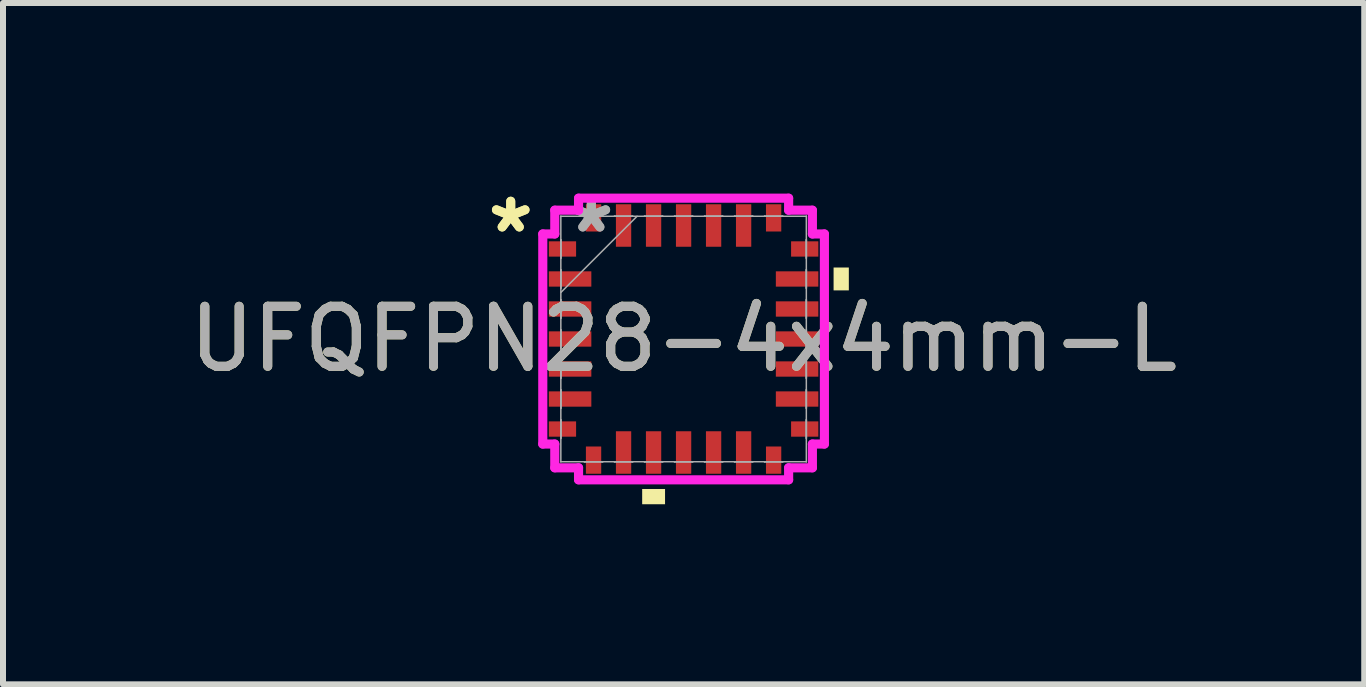
<source format=kicad_pcb>
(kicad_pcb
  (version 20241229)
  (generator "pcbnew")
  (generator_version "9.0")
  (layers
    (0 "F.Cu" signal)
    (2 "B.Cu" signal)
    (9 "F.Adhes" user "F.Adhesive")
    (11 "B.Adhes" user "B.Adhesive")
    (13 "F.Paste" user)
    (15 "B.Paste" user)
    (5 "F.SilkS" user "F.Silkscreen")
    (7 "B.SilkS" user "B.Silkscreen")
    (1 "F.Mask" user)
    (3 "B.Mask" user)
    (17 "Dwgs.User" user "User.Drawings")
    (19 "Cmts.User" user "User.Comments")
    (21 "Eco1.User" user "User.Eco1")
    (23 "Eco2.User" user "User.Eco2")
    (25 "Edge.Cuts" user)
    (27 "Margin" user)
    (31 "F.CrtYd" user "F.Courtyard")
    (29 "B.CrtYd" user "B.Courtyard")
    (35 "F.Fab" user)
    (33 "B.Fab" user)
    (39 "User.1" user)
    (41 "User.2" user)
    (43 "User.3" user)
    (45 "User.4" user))
  (footprint "UFQFPN28-4x4mm-L"
    (layer "F.Cu")
    (at 8.339 2.598)
    (property "Reference" "UFQFPN28-4x4mm-L" (at 0 0 0) (unlocked yes) (layer "F.SilkS") (effects (font (size 1 1) (thickness 0.15))))
    (attr smd)
    (fp_poly (pts (xy -0.69 2.499) (xy -0.69 2.753) (xy -0.309 2.753) (xy -0.309 2.499)) (stroke (width 0) (type solid)) (fill yes) (layer "F.SilkS"))
    (fp_poly (pts (xy 2.753 -1.191) (xy 2.753 -0.81) (xy 2.499 -0.81) (xy 2.499 -1.191)) (stroke (width 0) (type solid)) (fill yes) (layer "F.SilkS"))
    (fp_line (start -2.346 -1.75) (end -2.146 -1.75) (stroke (width 0.152) (type solid)) (layer "F.CrtYd"))
    (fp_line (start -2.346 1.75) (end -2.346 -1.75) (stroke (width 0.152) (type solid)) (layer "F.CrtYd"))
    (fp_line (start -2.146 -2.146) (end -1.75 -2.146) (stroke (width 0.152) (type solid)) (layer "F.CrtYd"))
    (fp_line (start -2.146 -1.75) (end -2.146 -2.146) (stroke (width 0.152) (type solid)) (layer "F.CrtYd"))
    (fp_line (start -2.146 1.75) (end -2.346 1.75) (stroke (width 0.152) (type solid)) (layer "F.CrtYd"))
    (fp_line (start -2.146 2.146) (end -2.146 1.75) (stroke (width 0.152) (type solid)) (layer "F.CrtYd"))
    (fp_line (start -1.75 -2.346) (end 1.75 -2.346) (stroke (width 0.152) (type solid)) (layer "F.CrtYd"))
    (fp_line (start -1.75 -2.146) (end -1.75 -2.346) (stroke (width 0.152) (type solid)) (layer "F.CrtYd"))
    (fp_line (start -1.75 2.146) (end -2.146 2.146) (stroke (width 0.152) (type solid)) (layer "F.CrtYd"))
    (fp_line (start -1.75 2.346) (end -1.75 2.146) (stroke (width 0.152) (type solid)) (layer "F.CrtYd"))
    (fp_line (start 1.75 -2.346) (end 1.75 -2.146) (stroke (width 0.152) (type solid)) (layer "F.CrtYd"))
    (fp_line (start 1.75 -2.146) (end 2.146 -2.146) (stroke (width 0.152) (type solid)) (layer "F.CrtYd"))
    (fp_line (start 1.75 2.146) (end 1.75 2.346) (stroke (width 0.152) (type solid)) (layer "F.CrtYd"))
    (fp_line (start 1.75 2.346) (end -1.75 2.346) (stroke (width 0.152) (type solid)) (layer "F.CrtYd"))
    (fp_line (start 2.146 -2.146) (end 2.146 -1.75) (stroke (width 0.152) (type solid)) (layer "F.CrtYd"))
    (fp_line (start 2.146 -1.75) (end 2.346 -1.75) (stroke (width 0.152) (type solid)) (layer "F.CrtYd"))
    (fp_line (start 2.146 1.75) (end 2.146 2.146) (stroke (width 0.152) (type solid)) (layer "F.CrtYd"))
    (fp_line (start 2.146 2.146) (end 1.75 2.146) (stroke (width 0.152) (type solid)) (layer "F.CrtYd"))
    (fp_line (start 2.346 -1.75) (end 2.346 1.75) (stroke (width 0.152) (type solid)) (layer "F.CrtYd"))
    (fp_line (start 2.346 1.75) (end 2.146 1.75) (stroke (width 0.152) (type solid)) (layer "F.CrtYd"))
    (fp_line (start -2.045 -2.045) (end -2.045 -2.045) (stroke (width 0.025) (type solid)) (layer "F.Fab"))
    (fp_line (start -2.045 -2.045) (end -2.045 2.045) (stroke (width 0.025) (type solid)) (layer "F.Fab"))
    (fp_line (start -2.045 -1.652) (end -2.045 -1.652) (stroke (width 0.025) (type solid)) (layer "F.Fab"))
    (fp_line (start -2.045 -1.652) (end -2.045 -1.348) (stroke (width 0.025) (type solid)) (layer "F.Fab"))
    (fp_line (start -2.045 -1.348) (end -2.045 -1.652) (stroke (width 0.025) (type solid)) (layer "F.Fab"))
    (fp_line (start -2.045 -1.348) (end -2.045 -1.348) (stroke (width 0.025) (type solid)) (layer "F.Fab"))
    (fp_line (start -2.045 -1.152) (end -2.045 -1.152) (stroke (width 0.025) (type solid)) (layer "F.Fab"))
    (fp_line (start -2.045 -1.152) (end -2.045 -0.848) (stroke (width 0.025) (type solid)) (layer "F.Fab"))
    (fp_line (start -2.045 -0.848) (end -2.045 -1.152) (stroke (width 0.025) (type solid)) (layer "F.Fab"))
    (fp_line (start -2.045 -0.848) (end -2.045 -0.848) (stroke (width 0.025) (type solid)) (layer "F.Fab"))
    (fp_line (start -2.045 -0.775) (end -0.775 -2.045) (stroke (width 0.025) (type solid)) (layer "F.Fab"))
    (fp_line (start -2.045 -0.652) (end -2.045 -0.652) (stroke (width 0.025) (type solid)) (layer "F.Fab"))
    (fp_line (start -2.045 -0.652) (end -2.045 -0.348) (stroke (width 0.025) (type solid)) (layer "F.Fab"))
    (fp_line (start -2.045 -0.348) (end -2.045 -0.652) (stroke (width 0.025) (type solid)) (layer "F.Fab"))
    (fp_line (start -2.045 -0.348) (end -2.045 -0.348) (stroke (width 0.025) (type solid)) (layer "F.Fab"))
    (fp_line (start -2.045 -0.152) (end -2.045 -0.152) (stroke (width 0.025) (type solid)) (layer "F.Fab"))
    (fp_line (start -2.045 -0.152) (end -2.045 0.152) (stroke (width 0.025) (type solid)) (layer "F.Fab"))
    (fp_line (start -2.045 0.152) (end -2.045 -0.152) (stroke (width 0.025) (type solid)) (layer "F.Fab"))
    (fp_line (start -2.045 0.152) (end -2.045 0.152) (stroke (width 0.025) (type solid)) (layer "F.Fab"))
    (fp_line (start -2.045 0.348) (end -2.045 0.348) (stroke (width 0.025) (type solid)) (layer "F.Fab"))
    (fp_line (start -2.045 0.348) (end -2.045 0.652) (stroke (width 0.025) (type solid)) (layer "F.Fab"))
    (fp_line (start -2.045 0.652) (end -2.045 0.348) (stroke (width 0.025) (type solid)) (layer "F.Fab"))
    (fp_line (start -2.045 0.652) (end -2.045 0.652) (stroke (width 0.025) (type solid)) (layer "F.Fab"))
    (fp_line (start -2.045 0.848) (end -2.045 0.848) (stroke (width 0.025) (type solid)) (layer "F.Fab"))
    (fp_line (start -2.045 0.848) (end -2.045 1.152) (stroke (width 0.025) (type solid)) (layer "F.Fab"))
    (fp_line (start -2.045 1.152) (end -2.045 0.848) (stroke (width 0.025) (type solid)) (layer "F.Fab"))
    (fp_line (start -2.045 1.152) (end -2.045 1.152) (stroke (width 0.025) (type solid)) (layer "F.Fab"))
    (fp_line (start -2.045 1.348) (end -2.045 1.348) (stroke (width 0.025) (type solid)) (layer "F.Fab"))
    (fp_line (start -2.045 1.348) (end -2.045 1.652) (stroke (width 0.025) (type solid)) (layer "F.Fab"))
    (fp_line (start -2.045 1.652) (end -2.045 1.348) (stroke (width 0.025) (type solid)) (layer "F.Fab"))
    (fp_line (start -2.045 1.652) (end -2.045 1.652) (stroke (width 0.025) (type solid)) (layer "F.Fab"))
    (fp_line (start -2.045 2.045) (end -2.045 2.045) (stroke (width 0.025) (type solid)) (layer "F.Fab"))
    (fp_line (start -2.045 2.045) (end 2.045 2.045) (stroke (width 0.025) (type solid)) (layer "F.Fab"))
    (fp_line (start -1.652 -2.045) (end -1.652 -2.045) (stroke (width 0.025) (type solid)) (layer "F.Fab"))
    (fp_line (start -1.652 -2.045) (end -1.348 -2.045) (stroke (width 0.025) (type solid)) (layer "F.Fab"))
    (fp_line (start -1.652 2.045) (end -1.652 2.045) (stroke (width 0.025) (type solid)) (layer "F.Fab"))
    (fp_line (start -1.652 2.045) (end -1.348 2.045) (stroke (width 0.025) (type solid)) (layer "F.Fab"))
    (fp_line (start -1.348 -2.045) (end -1.652 -2.045) (stroke (width 0.025) (type solid)) (layer "F.Fab"))
    (fp_line (start -1.348 -2.045) (end -1.348 -2.045) (stroke (width 0.025) (type solid)) (layer "F.Fab"))
    (fp_line (start -1.348 2.045) (end -1.652 2.045) (stroke (width 0.025) (type solid)) (layer "F.Fab"))
    (fp_line (start -1.348 2.045) (end -1.348 2.045) (stroke (width 0.025) (type solid)) (layer "F.Fab"))
    (fp_line (start -1.152 -2.045) (end -1.152 -2.045) (stroke (width 0.025) (type solid)) (layer "F.Fab"))
    (fp_line (start -1.152 -2.045) (end -0.848 -2.045) (stroke (width 0.025) (type solid)) (layer "F.Fab"))
    (fp_line (start -1.152 2.045) (end -1.152 2.045) (stroke (width 0.025) (type solid)) (layer "F.Fab"))
    (fp_line (start -1.152 2.045) (end -0.848 2.045) (stroke (width 0.025) (type solid)) (layer "F.Fab"))
    (fp_line (start -0.848 -2.045) (end -1.152 -2.045) (stroke (width 0.025) (type solid)) (layer "F.Fab"))
    (fp_line (start -0.848 -2.045) (end -0.848 -2.045) (stroke (width 0.025) (type solid)) (layer "F.Fab"))
    (fp_line (start -0.848 2.045) (end -1.152 2.045) (stroke (width 0.025) (type solid)) (layer "F.Fab"))
    (fp_line (start -0.848 2.045) (end -0.848 2.045) (stroke (width 0.025) (type solid)) (layer "F.Fab"))
    (fp_line (start -0.652 -2.045) (end -0.652 -2.045) (stroke (width 0.025) (type solid)) (layer "F.Fab"))
    (fp_line (start -0.652 -2.045) (end -0.348 -2.045) (stroke (width 0.025) (type solid)) (layer "F.Fab"))
    (fp_line (start -0.652 2.045) (end -0.652 2.045) (stroke (width 0.025) (type solid)) (layer "F.Fab"))
    (fp_line (start -0.652 2.045) (end -0.348 2.045) (stroke (width 0.025) (type solid)) (layer "F.Fab"))
    (fp_line (start -0.348 -2.045) (end -0.652 -2.045) (stroke (width 0.025) (type solid)) (layer "F.Fab"))
    (fp_line (start -0.348 -2.045) (end -0.348 -2.045) (stroke (width 0.025) (type solid)) (layer "F.Fab"))
    (fp_line (start -0.348 2.045) (end -0.652 2.045) (stroke (width 0.025) (type solid)) (layer "F.Fab"))
    (fp_line (start -0.348 2.045) (end -0.348 2.045) (stroke (width 0.025) (type solid)) (layer "F.Fab"))
    (fp_line (start -0.152 -2.045) (end -0.152 -2.045) (stroke (width 0.025) (type solid)) (layer "F.Fab"))
    (fp_line (start -0.152 -2.045) (end 0.152 -2.045) (stroke (width 0.025) (type solid)) (layer "F.Fab"))
    (fp_line (start -0.152 2.045) (end -0.152 2.045) (stroke (width 0.025) (type solid)) (layer "F.Fab"))
    (fp_line (start -0.152 2.045) (end 0.152 2.045) (stroke (width 0.025) (type solid)) (layer "F.Fab"))
    (fp_line (start 0.152 -2.045) (end -0.152 -2.045) (stroke (width 0.025) (type solid)) (layer "F.Fab"))
    (fp_line (start 0.152 -2.045) (end 0.152 -2.045) (stroke (width 0.025) (type solid)) (layer "F.Fab"))
    (fp_line (start 0.152 2.045) (end -0.152 2.045) (stroke (width 0.025) (type solid)) (layer "F.Fab"))
    (fp_line (start 0.152 2.045) (end 0.152 2.045) (stroke (width 0.025) (type solid)) (layer "F.Fab"))
    (fp_line (start 0.348 -2.045) (end 0.348 -2.045) (stroke (width 0.025) (type solid)) (layer "F.Fab"))
    (fp_line (start 0.348 -2.045) (end 0.652 -2.045) (stroke (width 0.025) (type solid)) (layer "F.Fab"))
    (fp_line (start 0.348 2.045) (end 0.348 2.045) (stroke (width 0.025) (type solid)) (layer "F.Fab"))
    (fp_line (start 0.348 2.045) (end 0.652 2.045) (stroke (width 0.025) (type solid)) (layer "F.Fab"))
    (fp_line (start 0.652 -2.045) (end 0.348 -2.045) (stroke (width 0.025) (type solid)) (layer "F.Fab"))
    (fp_line (start 0.652 -2.045) (end 0.652 -2.045) (stroke (width 0.025) (type solid)) (layer "F.Fab"))
    (fp_line (start 0.652 2.045) (end 0.348 2.045) (stroke (width 0.025) (type solid)) (layer "F.Fab"))
    (fp_line (start 0.652 2.045) (end 0.652 2.045) (stroke (width 0.025) (type solid)) (layer "F.Fab"))
    (fp_line (start 0.848 -2.045) (end 0.848 -2.045) (stroke (width 0.025) (type solid)) (layer "F.Fab"))
    (fp_line (start 0.848 -2.045) (end 1.152 -2.045) (stroke (width 0.025) (type solid)) (layer "F.Fab"))
    (fp_line (start 0.848 2.045) (end 0.848 2.045) (stroke (width 0.025) (type solid)) (layer "F.Fab"))
    (fp_line (start 0.848 2.045) (end 1.152 2.045) (stroke (width 0.025) (type solid)) (layer "F.Fab"))
    (fp_line (start 1.152 -2.045) (end 0.848 -2.045) (stroke (width 0.025) (type solid)) (layer "F.Fab"))
    (fp_line (start 1.152 -2.045) (end 1.152 -2.045) (stroke (width 0.025) (type solid)) (layer "F.Fab"))
    (fp_line (start 1.152 2.045) (end 0.848 2.045) (stroke (width 0.025) (type solid)) (layer "F.Fab"))
    (fp_line (start 1.152 2.045) (end 1.152 2.045) (stroke (width 0.025) (type solid)) (layer "F.Fab"))
    (fp_line (start 1.348 -2.045) (end 1.348 -2.045) (stroke (width 0.025) (type solid)) (layer "F.Fab"))
    (fp_line (start 1.348 -2.045) (end 1.652 -2.045) (stroke (width 0.025) (type solid)) (layer "F.Fab"))
    (fp_line (start 1.348 2.045) (end 1.348 2.045) (stroke (width 0.025) (type solid)) (layer "F.Fab"))
    (fp_line (start 1.348 2.045) (end 1.652 2.045) (stroke (width 0.025) (type solid)) (layer "F.Fab"))
    (fp_line (start 1.652 -2.045) (end 1.348 -2.045) (stroke (width 0.025) (type solid)) (layer "F.Fab"))
    (fp_line (start 1.652 -2.045) (end 1.652 -2.045) (stroke (width 0.025) (type solid)) (layer "F.Fab"))
    (fp_line (start 1.652 2.045) (end 1.348 2.045) (stroke (width 0.025) (type solid)) (layer "F.Fab"))
    (fp_line (start 1.652 2.045) (end 1.652 2.045) (stroke (width 0.025) (type solid)) (layer "F.Fab"))
    (fp_line (start 2.045 -2.045) (end -2.045 -2.045) (stroke (width 0.025) (type solid)) (layer "F.Fab"))
    (fp_line (start 2.045 -2.045) (end 2.045 -2.045) (stroke (width 0.025) (type solid)) (layer "F.Fab"))
    (fp_line (start 2.045 -1.652) (end 2.045 -1.652) (stroke (width 0.025) (type solid)) (layer "F.Fab"))
    (fp_line (start 2.045 -1.652) (end 2.045 -1.348) (stroke (width 0.025) (type solid)) (layer "F.Fab"))
    (fp_line (start 2.045 -1.348) (end 2.045 -1.652) (stroke (width 0.025) (type solid)) (layer "F.Fab"))
    (fp_line (start 2.045 -1.348) (end 2.045 -1.348) (stroke (width 0.025) (type solid)) (layer "F.Fab"))
    (fp_line (start 2.045 -1.152) (end 2.045 -1.152) (stroke (width 0.025) (type solid)) (layer "F.Fab"))
    (fp_line (start 2.045 -1.152) (end 2.045 -0.848) (stroke (width 0.025) (type solid)) (layer "F.Fab"))
    (fp_line (start 2.045 -0.848) (end 2.045 -1.152) (stroke (width 0.025) (type solid)) (layer "F.Fab"))
    (fp_line (start 2.045 -0.848) (end 2.045 -0.848) (stroke (width 0.025) (type solid)) (layer "F.Fab"))
    (fp_line (start 2.045 -0.652) (end 2.045 -0.652) (stroke (width 0.025) (type solid)) (layer "F.Fab"))
    (fp_line (start 2.045 -0.652) (end 2.045 -0.348) (stroke (width 0.025) (type solid)) (layer "F.Fab"))
    (fp_line (start 2.045 -0.348) (end 2.045 -0.652) (stroke (width 0.025) (type solid)) (layer "F.Fab"))
    (fp_line (start 2.045 -0.348) (end 2.045 -0.348) (stroke (width 0.025) (type solid)) (layer "F.Fab"))
    (fp_line (start 2.045 -0.152) (end 2.045 -0.152) (stroke (width 0.025) (type solid)) (layer "F.Fab"))
    (fp_line (start 2.045 -0.152) (end 2.045 0.152) (stroke (width 0.025) (type solid)) (layer "F.Fab"))
    (fp_line (start 2.045 0.152) (end 2.045 -0.152) (stroke (width 0.025) (type solid)) (layer "F.Fab"))
    (fp_line (start 2.045 0.152) (end 2.045 0.152) (stroke (width 0.025) (type solid)) (layer "F.Fab"))
    (fp_line (start 2.045 0.348) (end 2.045 0.348) (stroke (width 0.025) (type solid)) (layer "F.Fab"))
    (fp_line (start 2.045 0.348) (end 2.045 0.652) (stroke (width 0.025) (type solid)) (layer "F.Fab"))
    (fp_line (start 2.045 0.652) (end 2.045 0.348) (stroke (width 0.025) (type solid)) (layer "F.Fab"))
    (fp_line (start 2.045 0.652) (end 2.045 0.652) (stroke (width 0.025) (type solid)) (layer "F.Fab"))
    (fp_line (start 2.045 0.848) (end 2.045 0.848) (stroke (width 0.025) (type solid)) (layer "F.Fab"))
    (fp_line (start 2.045 0.848) (end 2.045 1.152) (stroke (width 0.025) (type solid)) (layer "F.Fab"))
    (fp_line (start 2.045 1.152) (end 2.045 0.848) (stroke (width 0.025) (type solid)) (layer "F.Fab"))
    (fp_line (start 2.045 1.152) (end 2.045 1.152) (stroke (width 0.025) (type solid)) (layer "F.Fab"))
    (fp_line (start 2.045 1.348) (end 2.045 1.348) (stroke (width 0.025) (type solid)) (layer "F.Fab"))
    (fp_line (start 2.045 1.348) (end 2.045 1.652) (stroke (width 0.025) (type solid)) (layer "F.Fab"))
    (fp_line (start 2.045 1.652) (end 2.045 1.348) (stroke (width 0.025) (type solid)) (layer "F.Fab"))
    (fp_line (start 2.045 1.652) (end 2.045 1.652) (stroke (width 0.025) (type solid)) (layer "F.Fab"))
    (fp_line (start 2.045 2.045) (end 2.045 -2.045) (stroke (width 0.025) (type solid)) (layer "F.Fab"))
    (fp_line (start 2.045 2.045) (end 2.045 2.045) (stroke (width 0.025) (type solid)) (layer "F.Fab"))
    (fp_text user "*" (at -2.88 -1.75 0) (unlocked yes) (layer "F.SilkS") (effects (font (size 1 1) (thickness 0.15))))
    (fp_text user "*" (at -2.88 -1.75 0) (layer "F.SilkS") (effects (font (size 1 1) (thickness 0.15))))
    (fp_text user "*" (at -1.537 -1.75 0) (unlocked yes) (layer "F.Fab") (effects (font (size 1 1) (thickness 0.15))))
    (fp_text user "*" (at -1.537 -1.75 0) (layer "F.Fab") (effects (font (size 1 1) (thickness 0.15))))
    (fp_text user "${REFERENCE}" (at 0 0 0) (unlocked yes) (layer "F.Fab") (effects (font (size 1 1) (thickness 0.15))))
    (pad "1" smd rect (at -2.018 -1.5 90) (size 0.255 0.454) (layers "F.Cu" "F.Mask" "F.Paste"))
    (pad "2" smd rect (at -1.891 -1 90) (size 0.255 0.708) (layers "F.Cu" "F.Mask" "F.Paste"))
    (pad "3" smd rect (at -1.891 -0.5 90) (size 0.255 0.708) (layers "F.Cu" "F.Mask" "F.Paste"))
    (pad "4" smd rect (at -1.891 0 90) (size 0.255 0.708) (layers "F.Cu" "F.Mask" "F.Paste"))
    (pad "5" smd rect (at -1.891 0.5 90) (size 0.255 0.708) (layers "F.Cu" "F.Mask" "F.Paste"))
    (pad "6" smd rect (at -1.891 1 90) (size 0.255 0.708) (layers "F.Cu" "F.Mask" "F.Paste"))
    (pad "7" smd rect (at -2.018 1.5 90) (size 0.255 0.454) (layers "F.Cu" "F.Mask" "F.Paste"))
    (pad "8" smd rect (at -1.5 2.018) (size 0.255 0.454) (layers "F.Cu" "F.Mask" "F.Paste"))
    (pad "9" smd rect (at -1 1.891) (size 0.255 0.708) (layers "F.Cu" "F.Mask" "F.Paste"))
    (pad "10" smd rect (at -0.5 1.891) (size 0.255 0.708) (layers "F.Cu" "F.Mask" "F.Paste"))
    (pad "11" smd rect (at 0 1.891) (size 0.255 0.708) (layers "F.Cu" "F.Mask" "F.Paste"))
    (pad "12" smd rect (at 0.5 1.891) (size 0.255 0.708) (layers "F.Cu" "F.Mask" "F.Paste"))
    (pad "13" smd rect (at 1 1.891) (size 0.255 0.708) (layers "F.Cu" "F.Mask" "F.Paste"))
    (pad "14" smd rect (at 1.5 2.018) (size 0.255 0.454) (layers "F.Cu" "F.Mask" "F.Paste"))
    (pad "15" smd rect (at 2.018 1.5 90) (size 0.255 0.454) (layers "F.Cu" "F.Mask" "F.Paste"))
    (pad "16" smd rect (at 1.891 1 90) (size 0.255 0.708) (layers "F.Cu" "F.Mask" "F.Paste"))
    (pad "17" smd rect (at 1.891 0.5 90) (size 0.255 0.708) (layers "F.Cu" "F.Mask" "F.Paste"))
    (pad "18" smd rect (at 1.891 0 90) (size 0.255 0.708) (layers "F.Cu" "F.Mask" "F.Paste"))
    (pad "19" smd rect (at 1.891 -0.5 90) (size 0.255 0.708) (layers "F.Cu" "F.Mask" "F.Paste"))
    (pad "20" smd rect (at 1.891 -1 90) (size 0.255 0.708) (layers "F.Cu" "F.Mask" "F.Paste"))
    (pad "21" smd rect (at 2.018 -1.5 90) (size 0.255 0.454) (layers "F.Cu" "F.Mask" "F.Paste"))
    (pad "22" smd rect (at 1.5 -2.018) (size 0.255 0.454) (layers "F.Cu" "F.Mask" "F.Paste"))
    (pad "23" smd rect (at 1 -1.891) (size 0.255 0.708) (layers "F.Cu" "F.Mask" "F.Paste"))
    (pad "24" smd rect (at 0.5 -1.891) (size 0.255 0.708) (layers "F.Cu" "F.Mask" "F.Paste"))
    (pad "25" smd rect (at 0 -1.891) (size 0.255 0.708) (layers "F.Cu" "F.Mask" "F.Paste"))
    (pad "26" smd rect (at -0.5 -1.891) (size 0.255 0.708) (layers "F.Cu" "F.Mask" "F.Paste"))
    (pad "27" smd rect (at -1 -1.891) (size 0.255 0.708) (layers "F.Cu" "F.Mask" "F.Paste"))
    (pad "28" smd rect (at -1.5 -2.018) (size 0.255 0.454) (layers "F.Cu" "F.Mask" "F.Paste")))
  (gr_rect
    (start -3 -3)
    (end 19.679 8.351)
    (stroke (width 0.1) (type default))
    (fill no)
    (layer "Edge.Cuts")))
</source>
